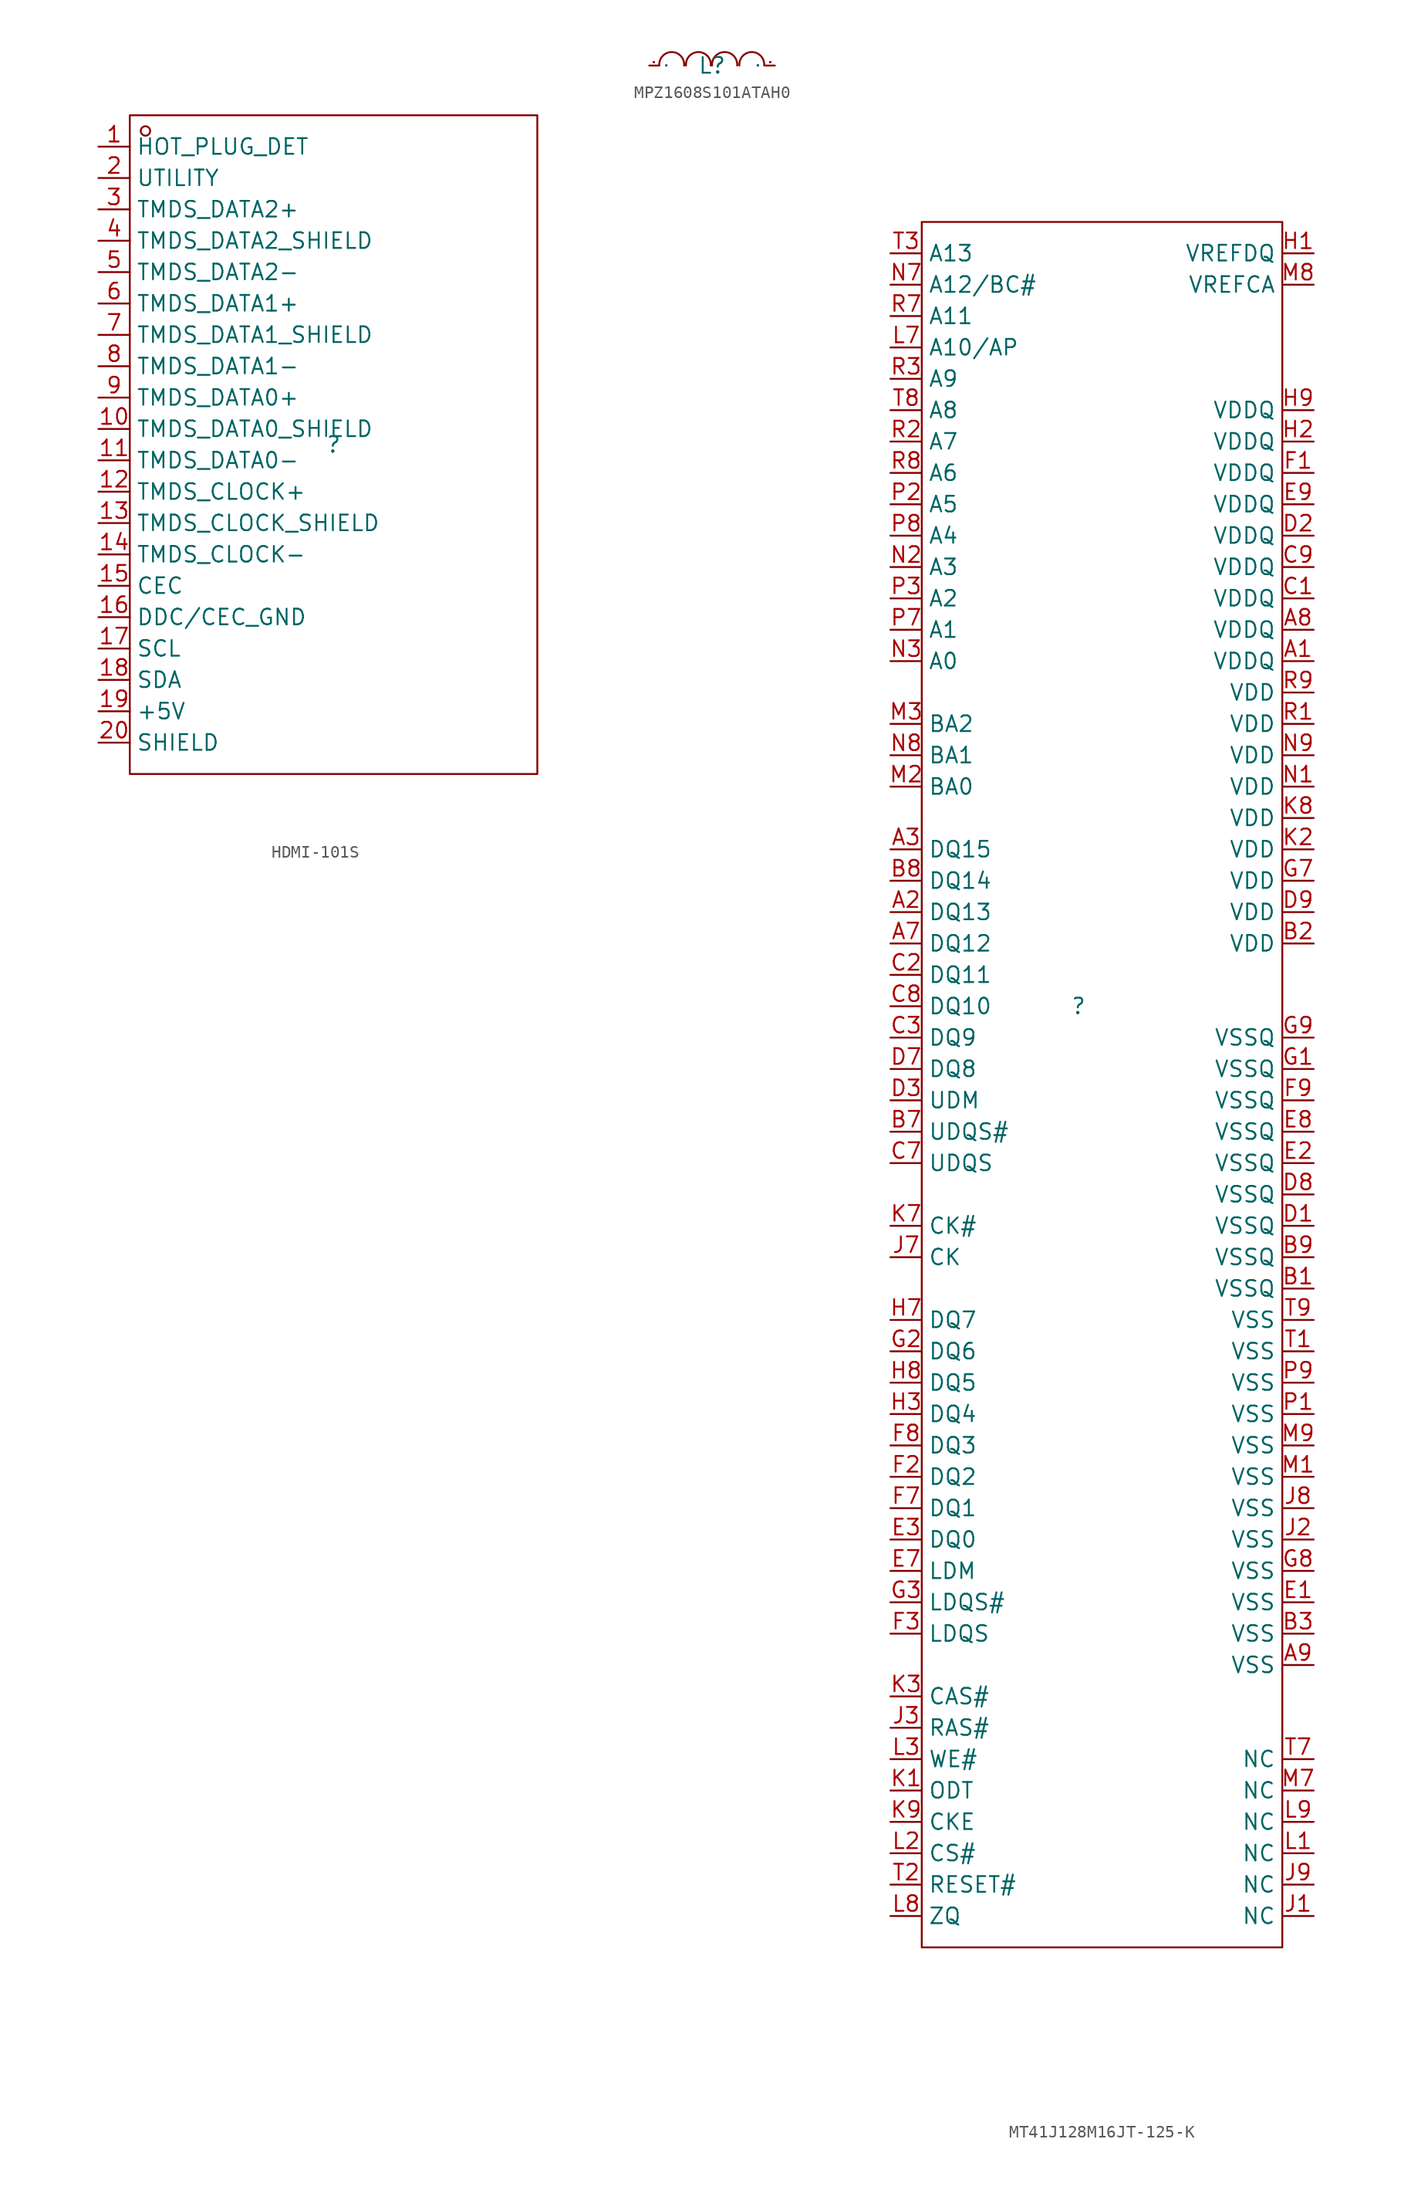
<source format=kicad_sym>
(kicad_symbol_lib
  (version 20241209)
  (generator "kicad_symbol_editor")
  (generator_version "9.0")
  (symbol "HDMI-101S"
    (property "Reference" ""
      (at 0 0 0)
      (effects (font (size 1.27 1.27))))
    (property "Value" ""
      (at 0 0 0)
      (effects (font (size 1.27 1.27))))
    (symbol "HDMI-101S_1_0"
      (rectangle (start -16.51 -26.67) (end 16.51 26.67) (stroke (width 0) (type default)) (fill (type none)))
      (circle (center -15.24 25.4) (radius 0.381) (stroke (width 0) (type default)) (fill (type none)))
      (pin unspecified line (at -19.05 24.13 0) (length 2.54) (name "HOT_PLUG_DET" (effects (font (size 1.27 1.27)))) (number "1" (effects (font (size 1.27 1.27)))))
      (pin unspecified line (at -19.05 21.59 0) (length 2.54) (name "UTILITY" (effects (font (size 1.27 1.27)))) (number "2" (effects (font (size 1.27 1.27)))))
      (pin unspecified line (at -19.05 19.05 0) (length 2.54) (name "TMDS_DATA2+" (effects (font (size 1.27 1.27)))) (number "3" (effects (font (size 1.27 1.27)))))
      (pin unspecified line (at -19.05 16.51 0) (length 2.54) (name "TMDS_DATA2_SHIELD" (effects (font (size 1.27 1.27)))) (number "4" (effects (font (size 1.27 1.27)))))
      (pin unspecified line (at -19.05 13.97 0) (length 2.54) (name "TMDS_DATA2-" (effects (font (size 1.27 1.27)))) (number "5" (effects (font (size 1.27 1.27)))))
      (pin unspecified line (at -19.05 11.43 0) (length 2.54) (name "TMDS_DATA1+" (effects (font (size 1.27 1.27)))) (number "6" (effects (font (size 1.27 1.27)))))
      (pin unspecified line (at -19.05 8.89 0) (length 2.54) (name "TMDS_DATA1_SHIELD" (effects (font (size 1.27 1.27)))) (number "7" (effects (font (size 1.27 1.27)))))
      (pin unspecified line (at -19.05 6.35 0) (length 2.54) (name "TMDS_DATA1-" (effects (font (size 1.27 1.27)))) (number "8" (effects (font (size 1.27 1.27)))))
      (pin unspecified line (at -19.05 3.81 0) (length 2.54) (name "TMDS_DATA0+" (effects (font (size 1.27 1.27)))) (number "9" (effects (font (size 1.27 1.27)))))
      (pin unspecified line (at -19.05 1.27 0) (length 2.54) (name "TMDS_DATA0_SHIELD" (effects (font (size 1.27 1.27)))) (number "10" (effects (font (size 1.27 1.27)))))
      (pin unspecified line (at -19.05 -1.27 0) (length 2.54) (name "TMDS_DATA0-" (effects (font (size 1.27 1.27)))) (number "11" (effects (font (size 1.27 1.27)))))
      (pin unspecified line (at -19.05 -3.81 0) (length 2.54) (name "TMDS_CLOCK+" (effects (font (size 1.27 1.27)))) (number "12" (effects (font (size 1.27 1.27)))))
      (pin unspecified line (at -19.05 -6.35 0) (length 2.54) (name "TMDS_CLOCK_SHIELD" (effects (font (size 1.27 1.27)))) (number "13" (effects (font (size 1.27 1.27)))))
      (pin unspecified line (at -19.05 -8.89 0) (length 2.54) (name "TMDS_CLOCK-" (effects (font (size 1.27 1.27)))) (number "14" (effects (font (size 1.27 1.27)))))
      (pin unspecified line (at -19.05 -11.43 0) (length 2.54) (name "CEC" (effects (font (size 1.27 1.27)))) (number "15" (effects (font (size 1.27 1.27)))))
      (pin unspecified line (at -19.05 -13.97 0) (length 2.54) (name "DDC/CEC_GND" (effects (font (size 1.27 1.27)))) (number "16" (effects (font (size 1.27 1.27)))))
      (pin unspecified line (at -19.05 -16.51 0) (length 2.54) (name "SCL" (effects (font (size 1.27 1.27)))) (number "17" (effects (font (size 1.27 1.27)))))
      (pin unspecified line (at -19.05 -19.05 0) (length 2.54) (name "SDA" (effects (font (size 1.27 1.27)))) (number "18" (effects (font (size 1.27 1.27)))))
      (pin unspecified line (at -19.05 -21.59 0) (length 2.54) (name "+5V" (effects (font (size 1.27 1.27)))) (number "19" (effects (font (size 1.27 1.27)))))
      (pin unspecified line (at -19.05 -24.13 0) (length 2.54) (name "SHIELD" (effects (font (size 1.27 1.27)))) (number "20" (effects (font (size 1.27 1.27)))))))
  (symbol "MPZ1608S101ATAH0"
    (property "Reference" "L"
      (at 0 0 0)
      (effects (font (size 1.27 1.27))))
    (property "Value" ""
      (at 0 0 0)
      (effects (font (size 1.27 1.27))))
    (symbol "MPZ1608S101ATAH0_1_0"
      (arc (start -4.2672 0) (mid -3.2512 1.0922) (end -2.2606 0) (stroke (width 0) (type default)) (fill (type none)))
      (arc (start -2.1082 0) (mid -1.1176 1.0922) (end -0.1016 0) (stroke (width 0) (type default)) (fill (type none)))
      (arc (start 0 0) (mid 1.016 1.0922) (end 2.032 0) (stroke (width 0) (type default)) (fill (type none)))
      (arc (start 2.2098 0) (mid 3.2004 1.0922) (end 4.2164 0) (stroke (width 0) (type default)) (fill (type none)))
      (pin input line (at -5.08 0 0) (length 0.762) (name "1" (effects (font (size 0.025 0.025)))) (number "1" (effects (font (size 0.025 0.025)))))
      (pin input line (at 5.08 0 180) (length 0.762) (name "2" (effects (font (size 0.025 0.025)))) (number "2" (effects (font (size 0.025 0.025)))))))
  (symbol "MT41J128M16JT-125-K"
    (property "Reference" ""
      (at 0 0 0)
      (effects (font (size 1.27 1.27))))
    (property "Value" ""
      (at 0 0 0)
      (effects (font (size 1.27 1.27))))
    (symbol "MT41J128M16JT-125-K_1_0"
      (rectangle (start -12.7 63.5) (end 16.51 -76.2) (stroke (width 0) (type default)) (fill (type none)))
      (pin unspecified line (at -15.24 60.96 0) (length 2.54) (name "A13" (effects (font (size 1.27 1.27)))) (number "T3" (effects (font (size 1.27 1.27)))))
      (pin unspecified line (at -15.24 58.42 0) (length 2.54) (name "A12/BC#" (effects (font (size 1.27 1.27)))) (number "N7" (effects (font (size 1.27 1.27)))))
      (pin unspecified line (at -15.24 55.88 0) (length 2.54) (name "A11" (effects (font (size 1.27 1.27)))) (number "R7" (effects (font (size 1.27 1.27)))))
      (pin unspecified line (at -15.24 53.34 0) (length 2.54) (name "A10/AP" (effects (font (size 1.27 1.27)))) (number "L7" (effects (font (size 1.27 1.27)))))
      (pin unspecified line (at -15.24 50.8 0) (length 2.54) (name "A9" (effects (font (size 1.27 1.27)))) (number "R3" (effects (font (size 1.27 1.27)))))
      (pin unspecified line (at -15.24 48.26 0) (length 2.54) (name "A8" (effects (font (size 1.27 1.27)))) (number "T8" (effects (font (size 1.27 1.27)))))
      (pin unspecified line (at -15.24 45.72 0) (length 2.54) (name "A7" (effects (font (size 1.27 1.27)))) (number "R2" (effects (font (size 1.27 1.27)))))
      (pin unspecified line (at -15.24 43.18 0) (length 2.54) (name "A6" (effects (font (size 1.27 1.27)))) (number "R8" (effects (font (size 1.27 1.27)))))
      (pin unspecified line (at -15.24 40.64 0) (length 2.54) (name "A5" (effects (font (size 1.27 1.27)))) (number "P2" (effects (font (size 1.27 1.27)))))
      (pin unspecified line (at -15.24 38.1 0) (length 2.54) (name "A4" (effects (font (size 1.27 1.27)))) (number "P8" (effects (font (size 1.27 1.27)))))
      (pin unspecified line (at -15.24 35.56 0) (length 2.54) (name "A3" (effects (font (size 1.27 1.27)))) (number "N2" (effects (font (size 1.27 1.27)))))
      (pin unspecified line (at -15.24 33.02 0) (length 2.54) (name "A2" (effects (font (size 1.27 1.27)))) (number "P3" (effects (font (size 1.27 1.27)))))
      (pin unspecified line (at -15.24 30.48 0) (length 2.54) (name "A1" (effects (font (size 1.27 1.27)))) (number "P7" (effects (font (size 1.27 1.27)))))
      (pin unspecified line (at -15.24 27.94 0) (length 2.54) (name "A0" (effects (font (size 1.27 1.27)))) (number "N3" (effects (font (size 1.27 1.27)))))
      (pin unspecified line (at -15.24 22.86 0) (length 2.54) (name "BA2" (effects (font (size 1.27 1.27)))) (number "M3" (effects (font (size 1.27 1.27)))))
      (pin unspecified line (at -15.24 20.32 0) (length 2.54) (name "BA1" (effects (font (size 1.27 1.27)))) (number "N8" (effects (font (size 1.27 1.27)))))
      (pin unspecified line (at -15.24 17.78 0) (length 2.54) (name "BA0" (effects (font (size 1.27 1.27)))) (number "M2" (effects (font (size 1.27 1.27)))))
      (pin unspecified line (at -15.24 12.7 0) (length 2.54) (name "DQ15" (effects (font (size 1.27 1.27)))) (number "A3" (effects (font (size 1.27 1.27)))))
      (pin unspecified line (at -15.24 10.16 0) (length 2.54) (name "DQ14" (effects (font (size 1.27 1.27)))) (number "B8" (effects (font (size 1.27 1.27)))))
      (pin unspecified line (at -15.24 7.62 0) (length 2.54) (name "DQ13" (effects (font (size 1.27 1.27)))) (number "A2" (effects (font (size 1.27 1.27)))))
      (pin unspecified line (at -15.24 5.08 0) (length 2.54) (name "DQ12" (effects (font (size 1.27 1.27)))) (number "A7" (effects (font (size 1.27 1.27)))))
      (pin unspecified line (at -15.24 2.54 0) (length 2.54) (name "DQ11" (effects (font (size 1.27 1.27)))) (number "C2" (effects (font (size 1.27 1.27)))))
      (pin unspecified line (at -15.24 0 0) (length 2.54) (name "DQ10" (effects (font (size 1.27 1.27)))) (number "C8" (effects (font (size 1.27 1.27)))))
      (pin unspecified line (at -15.24 -2.54 0) (length 2.54) (name "DQ9" (effects (font (size 1.27 1.27)))) (number "C3" (effects (font (size 1.27 1.27)))))
      (pin unspecified line (at -15.24 -5.08 0) (length 2.54) (name "DQ8" (effects (font (size 1.27 1.27)))) (number "D7" (effects (font (size 1.27 1.27)))))
      (pin unspecified line (at -15.24 -7.62 0) (length 2.54) (name "UDM" (effects (font (size 1.27 1.27)))) (number "D3" (effects (font (size 1.27 1.27)))))
      (pin unspecified line (at -15.24 -10.16 0) (length 2.54) (name "UDQS#" (effects (font (size 1.27 1.27)))) (number "B7" (effects (font (size 1.27 1.27)))))
      (pin unspecified line (at -15.24 -12.7 0) (length 2.54) (name "UDQS" (effects (font (size 1.27 1.27)))) (number "C7" (effects (font (size 1.27 1.27)))))
      (pin unspecified line (at -15.24 -17.78 0) (length 2.54) (name "CK#" (effects (font (size 1.27 1.27)))) (number "K7" (effects (font (size 1.27 1.27)))))
      (pin unspecified line (at -15.24 -20.32 0) (length 2.54) (name "CK" (effects (font (size 1.27 1.27)))) (number "J7" (effects (font (size 1.27 1.27)))))
      (pin unspecified line (at -15.24 -25.4 0) (length 2.54) (name "DQ7" (effects (font (size 1.27 1.27)))) (number "H7" (effects (font (size 1.27 1.27)))))
      (pin unspecified line (at -15.24 -27.94 0) (length 2.54) (name "DQ6" (effects (font (size 1.27 1.27)))) (number "G2" (effects (font (size 1.27 1.27)))))
      (pin unspecified line (at -15.24 -30.48 0) (length 2.54) (name "DQ5" (effects (font (size 1.27 1.27)))) (number "H8" (effects (font (size 1.27 1.27)))))
      (pin unspecified line (at -15.24 -33.02 0) (length 2.54) (name "DQ4" (effects (font (size 1.27 1.27)))) (number "H3" (effects (font (size 1.27 1.27)))))
      (pin unspecified line (at -15.24 -35.56 0) (length 2.54) (name "DQ3" (effects (font (size 1.27 1.27)))) (number "F8" (effects (font (size 1.27 1.27)))))
      (pin unspecified line (at -15.24 -38.1 0) (length 2.54) (name "DQ2" (effects (font (size 1.27 1.27)))) (number "F2" (effects (font (size 1.27 1.27)))))
      (pin unspecified line (at -15.24 -40.64 0) (length 2.54) (name "DQ1" (effects (font (size 1.27 1.27)))) (number "F7" (effects (font (size 1.27 1.27)))))
      (pin unspecified line (at -15.24 -43.18 0) (length 2.54) (name "DQ0" (effects (font (size 1.27 1.27)))) (number "E3" (effects (font (size 1.27 1.27)))))
      (pin unspecified line (at -15.24 -45.72 0) (length 2.54) (name "LDM" (effects (font (size 1.27 1.27)))) (number "E7" (effects (font (size 1.27 1.27)))))
      (pin unspecified line (at -15.24 -48.26 0) (length 2.54) (name "LDQS#" (effects (font (size 1.27 1.27)))) (number "G3" (effects (font (size 1.27 1.27)))))
      (pin unspecified line (at -15.24 -50.8 0) (length 2.54) (name "LDQS" (effects (font (size 1.27 1.27)))) (number "F3" (effects (font (size 1.27 1.27)))))
      (pin unspecified line (at -15.24 -55.88 0) (length 2.54) (name "CAS#" (effects (font (size 1.27 1.27)))) (number "K3" (effects (font (size 1.27 1.27)))))
      (pin unspecified line (at -15.24 -58.42 0) (length 2.54) (name "RAS#" (effects (font (size 1.27 1.27)))) (number "J3" (effects (font (size 1.27 1.27)))))
      (pin unspecified line (at -15.24 -60.96 0) (length 2.54) (name "WE#" (effects (font (size 1.27 1.27)))) (number "L3" (effects (font (size 1.27 1.27)))))
      (pin unspecified line (at -15.24 -63.5 0) (length 2.54) (name "ODT" (effects (font (size 1.27 1.27)))) (number "K1" (effects (font (size 1.27 1.27)))))
      (pin unspecified line (at -15.24 -66.04 0) (length 2.54) (name "CKE" (effects (font (size 1.27 1.27)))) (number "K9" (effects (font (size 1.27 1.27)))))
      (pin unspecified line (at -15.24 -68.58 0) (length 2.54) (name "CS#" (effects (font (size 1.27 1.27)))) (number "L2" (effects (font (size 1.27 1.27)))))
      (pin unspecified line (at -15.24 -71.12 0) (length 2.54) (name "RESET#" (effects (font (size 1.27 1.27)))) (number "T2" (effects (font (size 1.27 1.27)))))
      (pin unspecified line (at -15.24 -73.66 0) (length 2.54) (name "ZQ" (effects (font (size 1.27 1.27)))) (number "L8" (effects (font (size 1.27 1.27)))))
      (pin unspecified line (at 19.05 60.96 180) (length 2.54) (name "VREFDQ" (effects (font (size 1.27 1.27)))) (number "H1" (effects (font (size 1.27 1.27)))))
      (pin unspecified line (at 19.05 58.42 180) (length 2.54) (name "VREFCA" (effects (font (size 1.27 1.27)))) (number "M8" (effects (font (size 1.27 1.27)))))
      (pin unspecified line (at 19.05 48.26 180) (length 2.54) (name "VDDQ" (effects (font (size 1.27 1.27)))) (number "H9" (effects (font (size 1.27 1.27)))))
      (pin unspecified line (at 19.05 45.72 180) (length 2.54) (name "VDDQ" (effects (font (size 1.27 1.27)))) (number "H2" (effects (font (size 1.27 1.27)))))
      (pin unspecified line (at 19.05 43.18 180) (length 2.54) (name "VDDQ" (effects (font (size 1.27 1.27)))) (number "F1" (effects (font (size 1.27 1.27)))))
      (pin unspecified line (at 19.05 40.64 180) (length 2.54) (name "VDDQ" (effects (font (size 1.27 1.27)))) (number "E9" (effects (font (size 1.27 1.27)))))
      (pin unspecified line (at 19.05 38.1 180) (length 2.54) (name "VDDQ" (effects (font (size 1.27 1.27)))) (number "D2" (effects (font (size 1.27 1.27)))))
      (pin unspecified line (at 19.05 35.56 180) (length 2.54) (name "VDDQ" (effects (font (size 1.27 1.27)))) (number "C9" (effects (font (size 1.27 1.27)))))
      (pin unspecified line (at 19.05 33.02 180) (length 2.54) (name "VDDQ" (effects (font (size 1.27 1.27)))) (number "C1" (effects (font (size 1.27 1.27)))))
      (pin unspecified line (at 19.05 30.48 180) (length 2.54) (name "VDDQ" (effects (font (size 1.27 1.27)))) (number "A8" (effects (font (size 1.27 1.27)))))
      (pin unspecified line (at 19.05 27.94 180) (length 2.54) (name "VDDQ" (effects (font (size 1.27 1.27)))) (number "A1" (effects (font (size 1.27 1.27)))))
      (pin unspecified line (at 19.05 25.4 180) (length 2.54) (name "VDD" (effects (font (size 1.27 1.27)))) (number "R9" (effects (font (size 1.27 1.27)))))
      (pin unspecified line (at 19.05 22.86 180) (length 2.54) (name "VDD" (effects (font (size 1.27 1.27)))) (number "R1" (effects (font (size 1.27 1.27)))))
      (pin unspecified line (at 19.05 20.32 180) (length 2.54) (name "VDD" (effects (font (size 1.27 1.27)))) (number "N9" (effects (font (size 1.27 1.27)))))
      (pin unspecified line (at 19.05 17.78 180) (length 2.54) (name "VDD" (effects (font (size 1.27 1.27)))) (number "N1" (effects (font (size 1.27 1.27)))))
      (pin unspecified line (at 19.05 15.24 180) (length 2.54) (name "VDD" (effects (font (size 1.27 1.27)))) (number "K8" (effects (font (size 1.27 1.27)))))
      (pin unspecified line (at 19.05 12.7 180) (length 2.54) (name "VDD" (effects (font (size 1.27 1.27)))) (number "K2" (effects (font (size 1.27 1.27)))))
      (pin unspecified line (at 19.05 10.16 180) (length 2.54) (name "VDD" (effects (font (size 1.27 1.27)))) (number "G7" (effects (font (size 1.27 1.27)))))
      (pin unspecified line (at 19.05 7.62 180) (length 2.54) (name "VDD" (effects (font (size 1.27 1.27)))) (number "D9" (effects (font (size 1.27 1.27)))))
      (pin unspecified line (at 19.05 5.08 180) (length 2.54) (name "VDD" (effects (font (size 1.27 1.27)))) (number "B2" (effects (font (size 1.27 1.27)))))
      (pin unspecified line (at 19.05 -2.54 180) (length 2.54) (name "VSSQ" (effects (font (size 1.27 1.27)))) (number "G9" (effects (font (size 1.27 1.27)))))
      (pin unspecified line (at 19.05 -5.08 180) (length 2.54) (name "VSSQ" (effects (font (size 1.27 1.27)))) (number "G1" (effects (font (size 1.27 1.27)))))
      (pin unspecified line (at 19.05 -7.62 180) (length 2.54) (name "VSSQ" (effects (font (size 1.27 1.27)))) (number "F9" (effects (font (size 1.27 1.27)))))
      (pin unspecified line (at 19.05 -10.16 180) (length 2.54) (name "VSSQ" (effects (font (size 1.27 1.27)))) (number "E8" (effects (font (size 1.27 1.27)))))
      (pin unspecified line (at 19.05 -12.7 180) (length 2.54) (name "VSSQ" (effects (font (size 1.27 1.27)))) (number "E2" (effects (font (size 1.27 1.27)))))
      (pin unspecified line (at 19.05 -15.24 180) (length 2.54) (name "VSSQ" (effects (font (size 1.27 1.27)))) (number "D8" (effects (font (size 1.27 1.27)))))
      (pin unspecified line (at 19.05 -17.78 180) (length 2.54) (name "VSSQ" (effects (font (size 1.27 1.27)))) (number "D1" (effects (font (size 1.27 1.27)))))
      (pin unspecified line (at 19.05 -20.32 180) (length 2.54) (name "VSSQ" (effects (font (size 1.27 1.27)))) (number "B9" (effects (font (size 1.27 1.27)))))
      (pin unspecified line (at 19.05 -22.86 180) (length 2.54) (name "VSSQ" (effects (font (size 1.27 1.27)))) (number "B1" (effects (font (size 1.27 1.27)))))
      (pin unspecified line (at 19.05 -25.4 180) (length 2.54) (name "VSS" (effects (font (size 1.27 1.27)))) (number "T9" (effects (font (size 1.27 1.27)))))
      (pin unspecified line (at 19.05 -27.94 180) (length 2.54) (name "VSS" (effects (font (size 1.27 1.27)))) (number "T1" (effects (font (size 1.27 1.27)))))
      (pin unspecified line (at 19.05 -30.48 180) (length 2.54) (name "VSS" (effects (font (size 1.27 1.27)))) (number "P9" (effects (font (size 1.27 1.27)))))
      (pin unspecified line (at 19.05 -33.02 180) (length 2.54) (name "VSS" (effects (font (size 1.27 1.27)))) (number "P1" (effects (font (size 1.27 1.27)))))
      (pin unspecified line (at 19.05 -35.56 180) (length 2.54) (name "VSS" (effects (font (size 1.27 1.27)))) (number "M9" (effects (font (size 1.27 1.27)))))
      (pin unspecified line (at 19.05 -38.1 180) (length 2.54) (name "VSS" (effects (font (size 1.27 1.27)))) (number "M1" (effects (font (size 1.27 1.27)))))
      (pin unspecified line (at 19.05 -40.64 180) (length 2.54) (name "VSS" (effects (font (size 1.27 1.27)))) (number "J8" (effects (font (size 1.27 1.27)))))
      (pin unspecified line (at 19.05 -43.18 180) (length 2.54) (name "VSS" (effects (font (size 1.27 1.27)))) (number "J2" (effects (font (size 1.27 1.27)))))
      (pin unspecified line (at 19.05 -45.72 180) (length 2.54) (name "VSS" (effects (font (size 1.27 1.27)))) (number "G8" (effects (font (size 1.27 1.27)))))
      (pin unspecified line (at 19.05 -48.26 180) (length 2.54) (name "VSS" (effects (font (size 1.27 1.27)))) (number "E1" (effects (font (size 1.27 1.27)))))
      (pin unspecified line (at 19.05 -50.8 180) (length 2.54) (name "VSS" (effects (font (size 1.27 1.27)))) (number "B3" (effects (font (size 1.27 1.27)))))
      (pin unspecified line (at 19.05 -53.34 180) (length 2.54) (name "VSS" (effects (font (size 1.27 1.27)))) (number "A9" (effects (font (size 1.27 1.27)))))
      (pin unspecified line (at 19.05 -60.96 180) (length 2.54) (name "NC" (effects (font (size 1.27 1.27)))) (number "T7" (effects (font (size 1.27 1.27)))))
      (pin unspecified line (at 19.05 -63.5 180) (length 2.54) (name "NC" (effects (font (size 1.27 1.27)))) (number "M7" (effects (font (size 1.27 1.27)))))
      (pin unspecified line (at 19.05 -66.04 180) (length 2.54) (name "NC" (effects (font (size 1.27 1.27)))) (number "L9" (effects (font (size 1.27 1.27)))))
      (pin unspecified line (at 19.05 -68.58 180) (length 2.54) (name "NC" (effects (font (size 1.27 1.27)))) (number "L1" (effects (font (size 1.27 1.27)))))
      (pin unspecified line (at 19.05 -71.12 180) (length 2.54) (name "NC" (effects (font (size 1.27 1.27)))) (number "J9" (effects (font (size 1.27 1.27)))))
      (pin unspecified line (at 19.05 -73.66 180) (length 2.54) (name "NC" (effects (font (size 1.27 1.27)))) (number "J1" (effects (font (size 1.27 1.27))))))))
</source>
